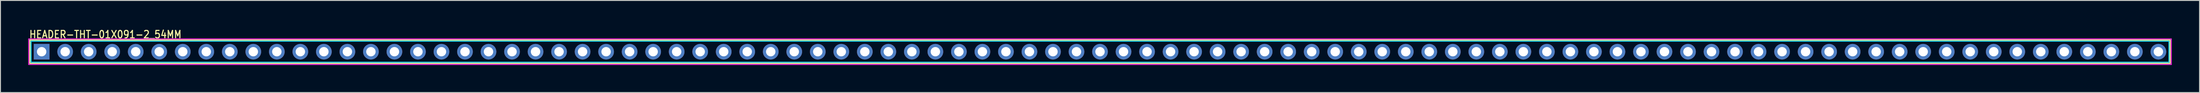
<source format=kicad_pcb>
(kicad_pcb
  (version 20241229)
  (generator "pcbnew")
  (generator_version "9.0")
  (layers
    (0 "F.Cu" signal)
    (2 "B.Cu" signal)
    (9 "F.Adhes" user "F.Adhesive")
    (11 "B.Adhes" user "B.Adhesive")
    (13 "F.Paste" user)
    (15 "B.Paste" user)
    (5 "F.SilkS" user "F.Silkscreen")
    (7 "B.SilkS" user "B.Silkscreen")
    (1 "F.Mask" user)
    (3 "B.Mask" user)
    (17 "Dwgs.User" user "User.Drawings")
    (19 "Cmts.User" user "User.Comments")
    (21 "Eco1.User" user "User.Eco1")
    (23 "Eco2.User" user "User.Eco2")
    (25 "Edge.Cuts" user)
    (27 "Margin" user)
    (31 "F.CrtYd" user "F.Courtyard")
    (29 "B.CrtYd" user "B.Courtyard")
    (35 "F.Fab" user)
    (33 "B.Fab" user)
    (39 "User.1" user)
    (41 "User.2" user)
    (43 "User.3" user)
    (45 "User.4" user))
  (footprint "HEADER-THT-01X091-2_54MM"
    (layer "F.Cu")
    (at 1.447 2.579)
    (property "Reference" "HEADER-THT-01X091-2_54MM" (at -1.4 -1.4 0) (unlocked yes) (layer "F.SilkS") (effects (font (size 0.813 0.695) (thickness 0.122)) (justify left bottom)))
    (fp_line (start -1.27 -1.27) (end -1.27 1.27) (stroke (width 0.127) (type solid)) (layer "F.SilkS"))
    (fp_line (start -1.27 1.27) (end 229.87 1.27) (stroke (width 0.127) (type solid)) (layer "F.SilkS"))
    (fp_line (start 229.87 -1.27) (end -1.27 -1.27) (stroke (width 0.127) (type solid)) (layer "F.SilkS"))
    (fp_line (start 229.87 1.27) (end 229.87 -1.27) (stroke (width 0.127) (type solid)) (layer "F.SilkS"))
    (fp_poly (pts (xy -1.143 -1.143) (xy 229.743 -1.143) (xy 229.743 1.143) (xy -1.143 1.143)) (stroke (width 0.1) (type solid)) (fill no) (layer "B.CrtYd"))
    (fp_poly (pts (xy -1.397 -1.397) (xy 229.997 -1.397) (xy 229.997 1.397) (xy -1.397 1.397)) (stroke (width 0.1) (type solid)) (fill no) (layer "F.CrtYd"))
    (pad "1" thru_hole rect (at 0 0) (size 1.693 1.693) (drill 1.016) (layers "*.Cu" "*.Mask"))
    (pad "2" thru_hole oval (at 2.54 0) (size 1.693 1.693) (drill 1.016) (layers "*.Cu" "*.Mask"))
    (pad "3" thru_hole oval (at 5.08 0) (size 1.693 1.693) (drill 1.016) (layers "*.Cu" "*.Mask"))
    (pad "4" thru_hole oval (at 7.62 0) (size 1.693 1.693) (drill 1.016) (layers "*.Cu" "*.Mask"))
    (pad "5" thru_hole oval (at 10.16 0) (size 1.693 1.693) (drill 1.016) (layers "*.Cu" "*.Mask"))
    (pad "6" thru_hole oval (at 12.7 0) (size 1.693 1.693) (drill 1.016) (layers "*.Cu" "*.Mask"))
    (pad "7" thru_hole oval (at 15.24 0) (size 1.693 1.693) (drill 1.016) (layers "*.Cu" "*.Mask"))
    (pad "8" thru_hole oval (at 17.78 0) (size 1.693 1.693) (drill 1.016) (layers "*.Cu" "*.Mask"))
    (pad "9" thru_hole oval (at 20.32 0) (size 1.693 1.693) (drill 1.016) (layers "*.Cu" "*.Mask"))
    (pad "10" thru_hole oval (at 22.86 0) (size 1.693 1.693) (drill 1.016) (layers "*.Cu" "*.Mask"))
    (pad "11" thru_hole oval (at 25.4 0) (size 1.693 1.693) (drill 1.016) (layers "*.Cu" "*.Mask"))
    (pad "12" thru_hole oval (at 27.94 0) (size 1.693 1.693) (drill 1.016) (layers "*.Cu" "*.Mask"))
    (pad "13" thru_hole oval (at 30.48 0) (size 1.693 1.693) (drill 1.016) (layers "*.Cu" "*.Mask"))
    (pad "14" thru_hole oval (at 33.02 0) (size 1.693 1.693) (drill 1.016) (layers "*.Cu" "*.Mask"))
    (pad "15" thru_hole oval (at 35.56 0) (size 1.693 1.693) (drill 1.016) (layers "*.Cu" "*.Mask"))
    (pad "16" thru_hole oval (at 38.1 0) (size 1.693 1.693) (drill 1.016) (layers "*.Cu" "*.Mask"))
    (pad "17" thru_hole oval (at 40.64 0) (size 1.693 1.693) (drill 1.016) (layers "*.Cu" "*.Mask"))
    (pad "18" thru_hole oval (at 43.18 0) (size 1.693 1.693) (drill 1.016) (layers "*.Cu" "*.Mask"))
    (pad "19" thru_hole oval (at 45.72 0) (size 1.693 1.693) (drill 1.016) (layers "*.Cu" "*.Mask"))
    (pad "20" thru_hole oval (at 48.26 0) (size 1.693 1.693) (drill 1.016) (layers "*.Cu" "*.Mask"))
    (pad "21" thru_hole oval (at 50.8 0) (size 1.693 1.693) (drill 1.016) (layers "*.Cu" "*.Mask"))
    (pad "22" thru_hole oval (at 53.34 0) (size 1.693 1.693) (drill 1.016) (layers "*.Cu" "*.Mask"))
    (pad "23" thru_hole oval (at 55.88 0) (size 1.693 1.693) (drill 1.016) (layers "*.Cu" "*.Mask"))
    (pad "24" thru_hole oval (at 58.42 0) (size 1.693 1.693) (drill 1.016) (layers "*.Cu" "*.Mask"))
    (pad "25" thru_hole oval (at 60.96 0) (size 1.693 1.693) (drill 1.016) (layers "*.Cu" "*.Mask"))
    (pad "26" thru_hole oval (at 63.5 0) (size 1.693 1.693) (drill 1.016) (layers "*.Cu" "*.Mask"))
    (pad "27" thru_hole oval (at 66.04 0) (size 1.693 1.693) (drill 1.016) (layers "*.Cu" "*.Mask"))
    (pad "28" thru_hole oval (at 68.58 0) (size 1.693 1.693) (drill 1.016) (layers "*.Cu" "*.Mask"))
    (pad "29" thru_hole oval (at 71.12 0) (size 1.693 1.693) (drill 1.016) (layers "*.Cu" "*.Mask"))
    (pad "30" thru_hole oval (at 73.66 0) (size 1.693 1.693) (drill 1.016) (layers "*.Cu" "*.Mask"))
    (pad "31" thru_hole oval (at 76.2 0) (size 1.693 1.693) (drill 1.016) (layers "*.Cu" "*.Mask"))
    (pad "32" thru_hole oval (at 78.74 0) (size 1.693 1.693) (drill 1.016) (layers "*.Cu" "*.Mask"))
    (pad "33" thru_hole oval (at 81.28 0) (size 1.693 1.693) (drill 1.016) (layers "*.Cu" "*.Mask"))
    (pad "34" thru_hole oval (at 83.82 0) (size 1.693 1.693) (drill 1.016) (layers "*.Cu" "*.Mask"))
    (pad "35" thru_hole oval (at 86.36 0) (size 1.693 1.693) (drill 1.016) (layers "*.Cu" "*.Mask"))
    (pad "36" thru_hole oval (at 88.9 0) (size 1.693 1.693) (drill 1.016) (layers "*.Cu" "*.Mask"))
    (pad "37" thru_hole oval (at 91.44 0) (size 1.693 1.693) (drill 1.016) (layers "*.Cu" "*.Mask"))
    (pad "38" thru_hole oval (at 93.98 0) (size 1.693 1.693) (drill 1.016) (layers "*.Cu" "*.Mask"))
    (pad "39" thru_hole oval (at 96.52 0) (size 1.693 1.693) (drill 1.016) (layers "*.Cu" "*.Mask"))
    (pad "40" thru_hole oval (at 99.06 0) (size 1.693 1.693) (drill 1.016) (layers "*.Cu" "*.Mask"))
    (pad "41" thru_hole oval (at 101.6 0) (size 1.693 1.693) (drill 1.016) (layers "*.Cu" "*.Mask"))
    (pad "42" thru_hole oval (at 104.14 0) (size 1.693 1.693) (drill 1.016) (layers "*.Cu" "*.Mask"))
    (pad "43" thru_hole oval (at 106.68 0) (size 1.693 1.693) (drill 1.016) (layers "*.Cu" "*.Mask"))
    (pad "44" thru_hole oval (at 109.22 0) (size 1.693 1.693) (drill 1.016) (layers "*.Cu" "*.Mask"))
    (pad "45" thru_hole oval (at 111.76 0) (size 1.693 1.693) (drill 1.016) (layers "*.Cu" "*.Mask"))
    (pad "46" thru_hole oval (at 114.3 0) (size 1.693 1.693) (drill 1.016) (layers "*.Cu" "*.Mask"))
    (pad "47" thru_hole oval (at 116.84 0) (size 1.693 1.693) (drill 1.016) (layers "*.Cu" "*.Mask"))
    (pad "48" thru_hole oval (at 119.38 0) (size 1.693 1.693) (drill 1.016) (layers "*.Cu" "*.Mask"))
    (pad "49" thru_hole oval (at 121.92 0) (size 1.693 1.693) (drill 1.016) (layers "*.Cu" "*.Mask"))
    (pad "50" thru_hole oval (at 124.46 0) (size 1.693 1.693) (drill 1.016) (layers "*.Cu" "*.Mask"))
    (pad "51" thru_hole oval (at 127 0) (size 1.693 1.693) (drill 1.016) (layers "*.Cu" "*.Mask"))
    (pad "52" thru_hole oval (at 129.54 0) (size 1.693 1.693) (drill 1.016) (layers "*.Cu" "*.Mask"))
    (pad "53" thru_hole oval (at 132.08 0) (size 1.693 1.693) (drill 1.016) (layers "*.Cu" "*.Mask"))
    (pad "54" thru_hole oval (at 134.62 0) (size 1.693 1.693) (drill 1.016) (layers "*.Cu" "*.Mask"))
    (pad "55" thru_hole oval (at 137.16 0) (size 1.693 1.693) (drill 1.016) (layers "*.Cu" "*.Mask"))
    (pad "56" thru_hole oval (at 139.7 0) (size 1.693 1.693) (drill 1.016) (layers "*.Cu" "*.Mask"))
    (pad "57" thru_hole oval (at 142.24 0) (size 1.693 1.693) (drill 1.016) (layers "*.Cu" "*.Mask"))
    (pad "58" thru_hole oval (at 144.78 0) (size 1.693 1.693) (drill 1.016) (layers "*.Cu" "*.Mask"))
    (pad "59" thru_hole oval (at 147.32 0) (size 1.693 1.693) (drill 1.016) (layers "*.Cu" "*.Mask"))
    (pad "60" thru_hole oval (at 149.86 0) (size 1.693 1.693) (drill 1.016) (layers "*.Cu" "*.Mask"))
    (pad "61" thru_hole oval (at 152.4 0) (size 1.693 1.693) (drill 1.016) (layers "*.Cu" "*.Mask"))
    (pad "62" thru_hole oval (at 154.94 0) (size 1.693 1.693) (drill 1.016) (layers "*.Cu" "*.Mask"))
    (pad "63" thru_hole oval (at 157.48 0) (size 1.693 1.693) (drill 1.016) (layers "*.Cu" "*.Mask"))
    (pad "64" thru_hole oval (at 160.02 0) (size 1.693 1.693) (drill 1.016) (layers "*.Cu" "*.Mask"))
    (pad "65" thru_hole oval (at 162.56 0) (size 1.693 1.693) (drill 1.016) (layers "*.Cu" "*.Mask"))
    (pad "66" thru_hole oval (at 165.1 0) (size 1.693 1.693) (drill 1.016) (layers "*.Cu" "*.Mask"))
    (pad "67" thru_hole oval (at 167.64 0) (size 1.693 1.693) (drill 1.016) (layers "*.Cu" "*.Mask"))
    (pad "68" thru_hole oval (at 170.18 0) (size 1.693 1.693) (drill 1.016) (layers "*.Cu" "*.Mask"))
    (pad "69" thru_hole oval (at 172.72 0) (size 1.693 1.693) (drill 1.016) (layers "*.Cu" "*.Mask"))
    (pad "70" thru_hole oval (at 175.26 0) (size 1.693 1.693) (drill 1.016) (layers "*.Cu" "*.Mask"))
    (pad "71" thru_hole oval (at 177.8 0) (size 1.693 1.693) (drill 1.016) (layers "*.Cu" "*.Mask"))
    (pad "72" thru_hole oval (at 180.34 0) (size 1.693 1.693) (drill 1.016) (layers "*.Cu" "*.Mask"))
    (pad "73" thru_hole oval (at 182.88 0) (size 1.693 1.693) (drill 1.016) (layers "*.Cu" "*.Mask"))
    (pad "74" thru_hole oval (at 185.42 0) (size 1.693 1.693) (drill 1.016) (layers "*.Cu" "*.Mask"))
    (pad "75" thru_hole oval (at 187.96 0) (size 1.693 1.693) (drill 1.016) (layers "*.Cu" "*.Mask"))
    (pad "76" thru_hole oval (at 190.5 0) (size 1.693 1.693) (drill 1.016) (layers "*.Cu" "*.Mask"))
    (pad "77" thru_hole oval (at 193.04 0) (size 1.693 1.693) (drill 1.016) (layers "*.Cu" "*.Mask"))
    (pad "78" thru_hole oval (at 195.58 0) (size 1.693 1.693) (drill 1.016) (layers "*.Cu" "*.Mask"))
    (pad "79" thru_hole oval (at 198.12 0) (size 1.693 1.693) (drill 1.016) (layers "*.Cu" "*.Mask"))
    (pad "80" thru_hole oval (at 200.66 0) (size 1.693 1.693) (drill 1.016) (layers "*.Cu" "*.Mask"))
    (pad "81" thru_hole oval (at 203.2 0) (size 1.693 1.693) (drill 1.016) (layers "*.Cu" "*.Mask"))
    (pad "82" thru_hole oval (at 205.74 0) (size 1.693 1.693) (drill 1.016) (layers "*.Cu" "*.Mask"))
    (pad "83" thru_hole oval (at 208.28 0) (size 1.693 1.693) (drill 1.016) (layers "*.Cu" "*.Mask"))
    (pad "84" thru_hole oval (at 210.82 0) (size 1.693 1.693) (drill 1.016) (layers "*.Cu" "*.Mask"))
    (pad "85" thru_hole oval (at 213.36 0) (size 1.693 1.693) (drill 1.016) (layers "*.Cu" "*.Mask"))
    (pad "86" thru_hole oval (at 215.9 0) (size 1.693 1.693) (drill 1.016) (layers "*.Cu" "*.Mask"))
    (pad "87" thru_hole oval (at 218.44 0) (size 1.693 1.693) (drill 1.016) (layers "*.Cu" "*.Mask"))
    (pad "88" thru_hole oval (at 220.98 0) (size 1.693 1.693) (drill 1.016) (layers "*.Cu" "*.Mask"))
    (pad "89" thru_hole oval (at 223.52 0) (size 1.693 1.693) (drill 1.016) (layers "*.Cu" "*.Mask"))
    (pad "90" thru_hole oval (at 226.06 0) (size 1.693 1.693) (drill 1.016) (layers "*.Cu" "*.Mask"))
    (pad "91" thru_hole oval (at 228.6 0) (size 1.693 1.693) (drill 1.016) (layers "*.Cu" "*.Mask")))
  (gr_rect
    (start -3 -3)
    (end 234.494 7.026)
    (stroke (width 0.1) (type default))
    (fill no)
    (layer "Edge.Cuts")))
</source>
